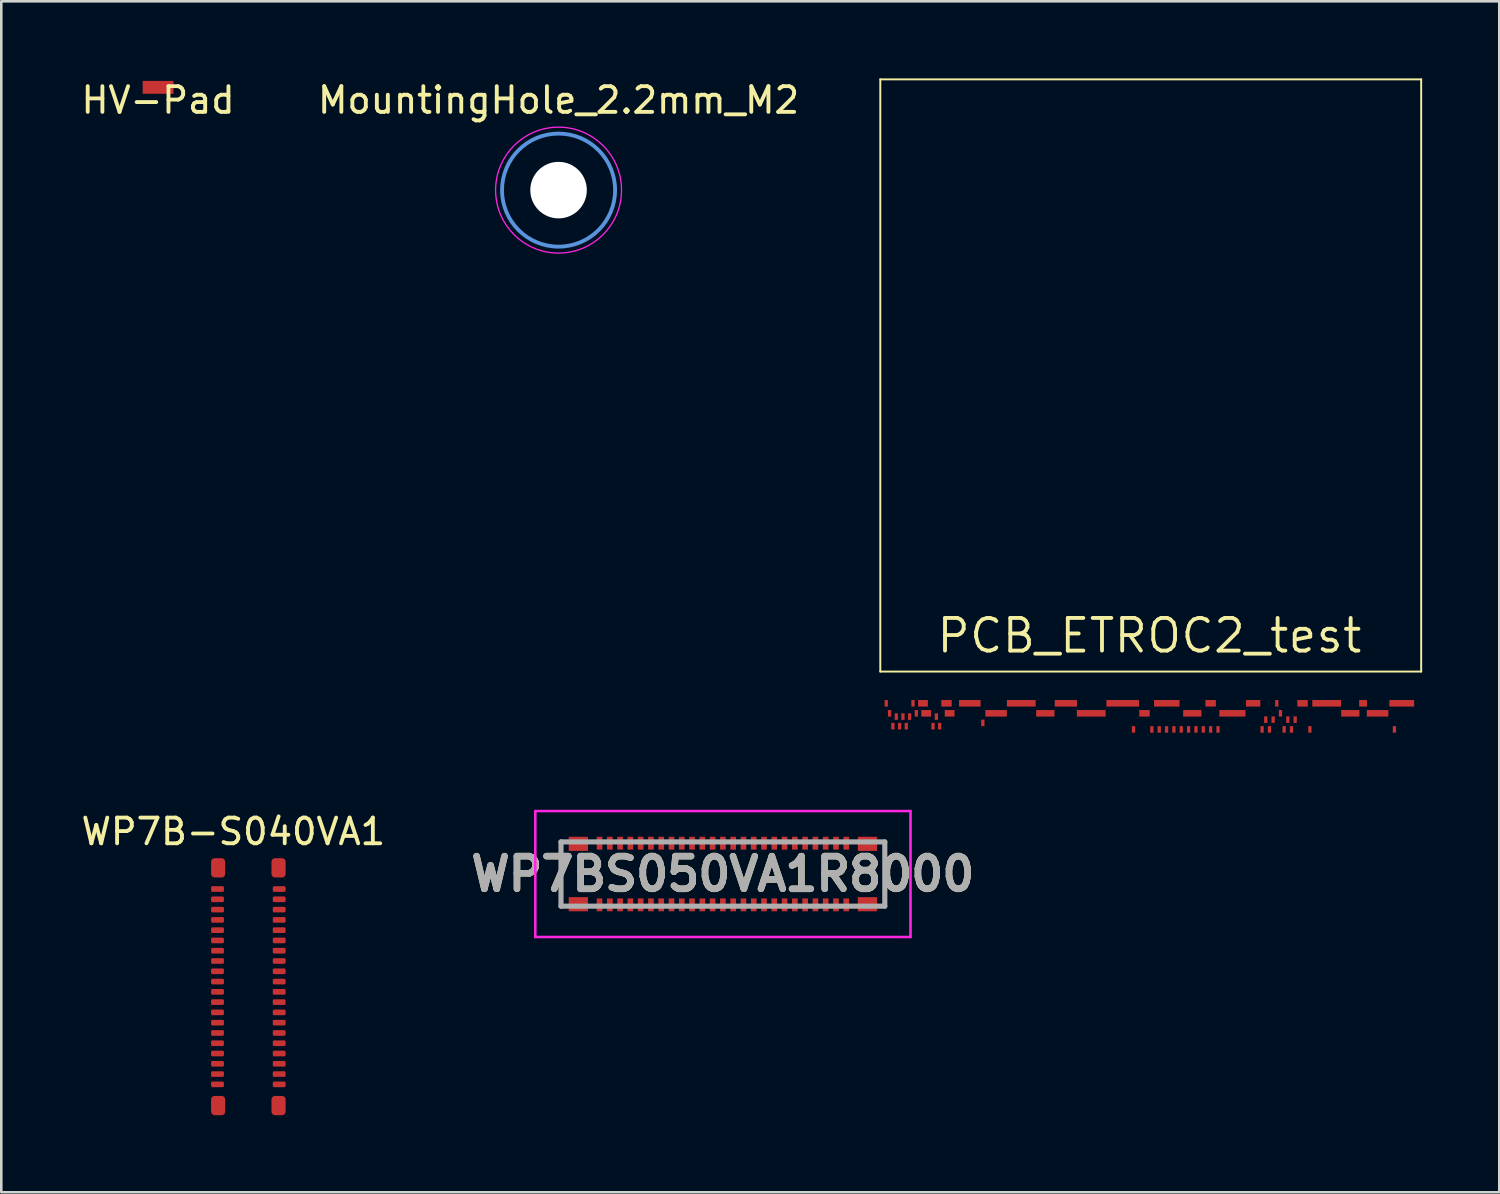
<source format=kicad_pcb>
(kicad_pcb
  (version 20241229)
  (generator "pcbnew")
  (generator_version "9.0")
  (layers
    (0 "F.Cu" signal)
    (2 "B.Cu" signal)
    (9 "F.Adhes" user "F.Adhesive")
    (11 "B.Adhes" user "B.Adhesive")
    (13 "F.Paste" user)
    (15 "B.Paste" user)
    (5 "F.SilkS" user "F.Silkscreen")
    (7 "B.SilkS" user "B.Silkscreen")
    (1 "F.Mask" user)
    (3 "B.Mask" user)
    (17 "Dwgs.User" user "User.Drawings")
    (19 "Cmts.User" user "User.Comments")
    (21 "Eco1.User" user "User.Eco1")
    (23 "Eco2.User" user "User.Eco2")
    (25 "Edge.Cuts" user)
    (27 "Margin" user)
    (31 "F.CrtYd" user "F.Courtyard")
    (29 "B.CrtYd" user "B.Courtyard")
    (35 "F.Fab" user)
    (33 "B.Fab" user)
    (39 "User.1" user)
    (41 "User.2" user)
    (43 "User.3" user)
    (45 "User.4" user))
  (footprint "HV-Pad"
    (layer "F.Cu")
    (at 3.101 0.348)
    (property "Reference" "HV-Pad" (at 0 0.5 180) (layer "F.SilkS") (effects (font (size 1 1) (thickness 0.15))))
    (attr through_hole)
    (pad "1" smd rect (at 0 0) (size 1.2 0.5) (layers "F.Cu" "F.Mask")))
  (footprint "WP7B-S040VA1"
    (layer "F.Cu")
    (at 6.614 31.545)
    (property "Reference" "WP7B-S040VA1" (at -0.584 -2.235 0) (layer "F.SilkS") (effects (font (size 1 1) (thickness 0.15))))
    (attr through_hole)
    (pad "1" smd roundrect (at -1.2 0 180) (size 0.5 0.22) (layers "F.Cu" "F.Mask" "F.Paste") (roundrect_rratio 0.25))
    (pad "2" smd roundrect (at -1.2 0.4 180) (size 0.5 0.22) (layers "F.Cu" "F.Mask" "F.Paste") (roundrect_rratio 0.25))
    (pad "3" smd roundrect (at -1.2 0.8 180) (size 0.5 0.22) (layers "F.Cu" "F.Mask" "F.Paste") (roundrect_rratio 0.25))
    (pad "4" smd roundrect (at -1.2 1.2 180) (size 0.5 0.22) (layers "F.Cu" "F.Mask" "F.Paste") (roundrect_rratio 0.25))
    (pad "5" smd roundrect (at -1.2 1.6 180) (size 0.5 0.22) (layers "F.Cu" "F.Mask" "F.Paste") (roundrect_rratio 0.25))
    (pad "6" smd roundrect (at -1.2 2 180) (size 0.5 0.22) (layers "F.Cu" "F.Mask" "F.Paste") (roundrect_rratio 0.25))
    (pad "7" smd roundrect (at -1.2 2.4 180) (size 0.5 0.22) (layers "F.Cu" "F.Mask" "F.Paste") (roundrect_rratio 0.25))
    (pad "8" smd roundrect (at -1.2 2.8 180) (size 0.5 0.22) (layers "F.Cu" "F.Mask" "F.Paste") (roundrect_rratio 0.25))
    (pad "9" smd roundrect (at -1.2 3.2 180) (size 0.5 0.22) (layers "F.Cu" "F.Mask" "F.Paste") (roundrect_rratio 0.25))
    (pad "10" smd roundrect (at -1.2 3.6 180) (size 0.5 0.22) (layers "F.Cu" "F.Mask" "F.Paste") (roundrect_rratio 0.25))
    (pad "11" smd roundrect (at -1.2 4 180) (size 0.5 0.22) (layers "F.Cu" "F.Mask" "F.Paste") (roundrect_rratio 0.25))
    (pad "12" smd roundrect (at -1.2 4.4 180) (size 0.5 0.22) (layers "F.Cu" "F.Mask" "F.Paste") (roundrect_rratio 0.25))
    (pad "13" smd roundrect (at -1.2 4.8 180) (size 0.5 0.22) (layers "F.Cu" "F.Mask" "F.Paste") (roundrect_rratio 0.25))
    (pad "14" smd roundrect (at -1.2 5.2 180) (size 0.5 0.22) (layers "F.Cu" "F.Mask" "F.Paste") (roundrect_rratio 0.25))
    (pad "15" smd roundrect (at -1.2 5.6 180) (size 0.5 0.22) (layers "F.Cu" "F.Mask" "F.Paste") (roundrect_rratio 0.25))
    (pad "16" smd roundrect (at -1.2 6 180) (size 0.5 0.22) (layers "F.Cu" "F.Mask" "F.Paste") (roundrect_rratio 0.25))
    (pad "17" smd roundrect (at -1.2 6.4 180) (size 0.5 0.22) (layers "F.Cu" "F.Mask" "F.Paste") (roundrect_rratio 0.25))
    (pad "18" smd roundrect (at -1.2 6.8 180) (size 0.5 0.22) (layers "F.Cu" "F.Mask" "F.Paste") (roundrect_rratio 0.25))
    (pad "19" smd roundrect (at -1.2 7.2 180) (size 0.5 0.22) (layers "F.Cu" "F.Mask" "F.Paste") (roundrect_rratio 0.25))
    (pad "20" smd roundrect (at -1.2 7.6 180) (size 0.5 0.22) (layers "F.Cu" "F.Mask" "F.Paste") (roundrect_rratio 0.25))
    (pad "21" smd roundrect (at 1.2 7.6 180) (size 0.5 0.22) (layers "F.Cu" "F.Mask" "F.Paste") (roundrect_rratio 0.25))
    (pad "22" smd roundrect (at 1.2 7.2 180) (size 0.5 0.22) (layers "F.Cu" "F.Mask" "F.Paste") (roundrect_rratio 0.25))
    (pad "23" smd roundrect (at 1.2 6.8 180) (size 0.5 0.22) (layers "F.Cu" "F.Mask" "F.Paste") (roundrect_rratio 0.25))
    (pad "24" smd roundrect (at 1.2 6.4 180) (size 0.5 0.22) (layers "F.Cu" "F.Mask" "F.Paste") (roundrect_rratio 0.25))
    (pad "25" smd roundrect (at 1.2 6 180) (size 0.5 0.22) (layers "F.Cu" "F.Mask" "F.Paste") (roundrect_rratio 0.25))
    (pad "26" smd roundrect (at 1.2 5.6 180) (size 0.5 0.22) (layers "F.Cu" "F.Mask" "F.Paste") (roundrect_rratio 0.25))
    (pad "27" smd roundrect (at 1.2 5.2 180) (size 0.5 0.22) (layers "F.Cu" "F.Mask" "F.Paste") (roundrect_rratio 0.25))
    (pad "28" smd roundrect (at 1.2 4.8 180) (size 0.5 0.22) (layers "F.Cu" "F.Mask" "F.Paste") (roundrect_rratio 0.25))
    (pad "29" smd roundrect (at 1.2 4.4 180) (size 0.5 0.22) (layers "F.Cu" "F.Mask" "F.Paste") (roundrect_rratio 0.25))
    (pad "30" smd roundrect (at 1.2 4 180) (size 0.5 0.22) (layers "F.Cu" "F.Mask" "F.Paste") (roundrect_rratio 0.25))
    (pad "31" smd roundrect (at 1.2 3.6 180) (size 0.5 0.22) (layers "F.Cu" "F.Mask" "F.Paste") (roundrect_rratio 0.25))
    (pad "32" smd roundrect (at 1.2 3.2 180) (size 0.5 0.22) (layers "F.Cu" "F.Mask" "F.Paste") (roundrect_rratio 0.25))
    (pad "33" smd roundrect (at 1.2 2.8 180) (size 0.5 0.22) (layers "F.Cu" "F.Mask" "F.Paste") (roundrect_rratio 0.25))
    (pad "34" smd roundrect (at 1.2 2.4 180) (size 0.5 0.22) (layers "F.Cu" "F.Mask" "F.Paste") (roundrect_rratio 0.25))
    (pad "35" smd roundrect (at 1.2 2 180) (size 0.5 0.22) (layers "F.Cu" "F.Mask" "F.Paste") (roundrect_rratio 0.25))
    (pad "36" smd roundrect (at 1.2 1.6 180) (size 0.5 0.22) (layers "F.Cu" "F.Mask" "F.Paste") (roundrect_rratio 0.25))
    (pad "37" smd roundrect (at 1.2 1.2 180) (size 0.5 0.22) (layers "F.Cu" "F.Mask" "F.Paste") (roundrect_rratio 0.25))
    (pad "38" smd roundrect (at 1.2 0.8 180) (size 0.5 0.22) (layers "F.Cu" "F.Mask" "F.Paste") (roundrect_rratio 0.25))
    (pad "39" smd roundrect (at 1.2 0.4 180) (size 0.5 0.22) (layers "F.Cu" "F.Mask" "F.Paste") (roundrect_rratio 0.25))
    (pad "40" smd roundrect (at 1.2 0 180) (size 0.5 0.22) (layers "F.Cu" "F.Mask" "F.Paste") (roundrect_rratio 0.25))
    (pad "41" smd roundrect (at -1.175 -0.825 90) (size 0.75 0.55) (layers "F.Cu" "F.Mask" "F.Paste") (roundrect_rratio 0.25))
    (pad "42" smd roundrect (at -1.175 8.425 90) (size 0.75 0.55) (layers "F.Cu" "F.Mask" "F.Paste") (roundrect_rratio 0.25))
    (pad "43" smd roundrect (at 1.175 8.425 90) (size 0.75 0.55) (layers "F.Cu" "F.Mask" "F.Paste") (roundrect_rratio 0.25))
    (pad "44" smd roundrect (at 1.175 -0.825 90) (size 0.75 0.55) (layers "F.Cu" "F.Mask" "F.Paste") (roundrect_rratio 0.25)))
  (footprint "MountingHole_2.2mm_M2"
    (layer "F.Cu")
    (at 18.685 4.348)
    (property "Reference" "MountingHole_2.2mm_M2" (at 0 -3.5 0) (layer "F.SilkS") (effects (font (size 1 1) (thickness 0.15))))
    (attr exclude_from_pos_files exclude_from_bom)
    (fp_circle (center 0 0) (end 2.2 0) (stroke (width 0.15) (type solid)) (fill no) (layer "Cmts.User"))
    (fp_circle (center 0 0) (end 2.45 0) (stroke (width 0.05) (type solid)) (fill no) (layer "F.CrtYd"))
    (pad "" np_thru_hole circle (at 0 0) (size 2.2 2.2) (drill 2.2) (layers "*.Cu" "*.Mask")))
  (footprint "PCB_ETROC2_test"
    (layer "F.Cu")
    (at 41.676 21.686)
    (property "Reference" "PCB_ETROC2_test" (at 0 0 180) (layer "F.SilkS") (effects (font (size 1.27 1.27) (thickness 0.15))))
    (attr through_hole)
    (fp_line (start -10.471 -21.648) (end 10.576 -21.648) (stroke (width 0.076) (type solid)) (layer "F.SilkS"))
    (fp_line (start -10.471 1.397) (end -10.471 -21.648) (stroke (width 0.076) (type solid)) (layer "F.SilkS"))
    (fp_line (start 10.576 -21.648) (end 10.576 1.397) (stroke (width 0.076) (type solid)) (layer "F.SilkS"))
    (fp_line (start 10.576 1.397) (end -10.471 1.397) (stroke (width 0.076) (type solid)) (layer "F.SilkS"))
    (pad "1" smd rect (at -6.987 2.632) (size 0.838 0.254) (layers "F.Cu" "F.Mask"))
    (pad "2" smd rect (at -6.481 3.394) (size 0.127 0.254) (layers "F.Cu" "F.Mask"))
    (pad "3" smd rect (at -5.965 3.021) (size 0.838 0.254) (layers "F.Cu" "F.Mask"))
    (pad "4" smd rect (at -4.986 2.632) (size 1.118 0.254) (layers "F.Cu" "F.Mask"))
    (pad "5" smd rect (at -4.05 3.021) (size 0.711 0.254) (layers "F.Cu" "F.Mask"))
    (pad "6" smd rect (at -3.251 2.632) (size 0.864 0.254) (layers "F.Cu" "F.Mask"))
    (pad "7" smd rect (at -2.262 3.021) (size 1.118 0.254) (layers "F.Cu" "F.Mask"))
    (pad "8" smd rect (at -1.038 2.632) (size 1.27 0.254) (layers "F.Cu" "F.Mask"))
    (pad "9" smd rect (at -0.619 3.648) (size 0.127 0.254) (layers "F.Cu" "F.Mask"))
    (pad "10" smd rect (at -0.19 3.021) (size 0.406 0.254) (layers "F.Cu" "F.Mask"))
    (pad "11" smd rect (at 0.096 3.648) (size 0.127 0.254) (layers "F.Cu" "F.Mask"))
    (pad "12" smd rect (at 0.677 2.632) (size 0.991 0.254) (layers "F.Cu" "F.Mask"))
    (pad "13" smd rect (at 0.382 3.648) (size 0.127 0.254) (layers "F.Cu" "F.Mask"))
    (pad "14" smd rect (at 0.668 3.648) (size 0.127 0.254) (layers "F.Cu" "F.Mask"))
    (pad "15" smd rect (at 0.954 3.648) (size 0.127 0.254) (layers "F.Cu" "F.Mask"))
    (pad "16" smd rect (at 1.24 3.648) (size 0.127 0.254) (layers "F.Cu" "F.Mask"))
    (pad "17" smd rect (at 1.669 3.021) (size 0.711 0.254) (layers "F.Cu" "F.Mask"))
    (pad "18" smd rect (at 1.526 3.648) (size 0.127 0.254) (layers "F.Cu" "F.Mask"))
    (pad "19" smd rect (at 1.812 3.648) (size 0.127 0.254) (layers "F.Cu" "F.Mask"))
    (pad "20" smd rect (at 2.098 3.648) (size 0.127 0.254) (layers "F.Cu" "F.Mask"))
    (pad "22" smd rect (at 2.384 2.632) (size 0.406 0.254) (layers "F.Cu" "F.Mask"))
    (pad "22" smd rect (at 2.384 3.648) (size 0.127 0.254) (layers "F.Cu" "F.Mask"))
    (pad "23" smd rect (at 2.67 3.648) (size 0.127 0.254) (layers "F.Cu" "F.Mask"))
    (pad "24" smd rect (at 3.231 3.021) (size 1.016 0.254) (layers "F.Cu" "F.Mask"))
    (pad "25" smd rect (at 4.036 2.632) (size 0.559 0.254) (layers "F.Cu" "F.Mask"))
    (pad "26" smd rect (at 4.386 3.648) (size 0.127 0.254) (layers "F.Cu" "F.Mask"))
    (pad "27" smd rect (at 4.529 3.267) (size 0.127 0.254) (layers "F.Cu" "F.Mask"))
    (pad "28" smd rect (at 4.672 3.648) (size 0.127 0.254) (layers "F.Cu" "F.Mask"))
    (pad "29" smd rect (at 4.815 3.267) (size 0.127 0.254) (layers "F.Cu" "F.Mask"))
    (pad "30" smd rect (at 4.958 2.632) (size 0.127 0.254) (layers "F.Cu" "F.Mask"))
    (pad "31" smd rect (at 5.101 3.021) (size 0.127 0.254) (layers "F.Cu" "F.Mask"))
    (pad "32" smd rect (at 5.244 3.648) (size 0.127 0.254) (layers "F.Cu" "F.Mask"))
    (pad "33" smd rect (at 5.387 3.267) (size 0.127 0.254) (layers "F.Cu" "F.Mask"))
    (pad "34" smd rect (at 5.53 3.648) (size 0.127 0.254) (layers "F.Cu" "F.Mask"))
    (pad "35" smd rect (at 5.673 3.267) (size 0.127 0.254) (layers "F.Cu" "F.Mask"))
    (pad "36" smd rect (at 5.959 2.632) (size 0.406 0.254) (layers "F.Cu" "F.Mask"))
    (pad "37" smd rect (at 6.245 3.648) (size 0.127 0.254) (layers "F.Cu" "F.Mask"))
    (pad "38" smd rect (at 6.898 2.632) (size 1.118 0.254) (layers "F.Cu" "F.Mask"))
    (pad "39" smd rect (at 7.819 3.021) (size 0.711 0.254) (layers "F.Cu" "F.Mask"))
    (pad "40" smd rect (at 8.314 2.632) (size 0.305 0.254) (layers "F.Cu" "F.Mask"))
    (pad "41" smd rect (at 8.88 3.021) (size 0.838 0.254) (layers "F.Cu" "F.Mask"))
    (pad "42" smd rect (at 9.821 2.632) (size 0.965 0.254) (layers "F.Cu" "F.Mask"))
    (pad "43" smd rect (at 9.535 3.648) (size 0.127 0.254) (layers "F.Cu" "F.Mask"))
    (pad "WS1" smd rect (at -10.24 2.632) (size 0.127 0.254) (layers "F.Cu" "F.Mask"))
    (pad "WS2" smd rect (at -10.11 3.021) (size 0.127 0.254) (layers "F.Cu" "F.Mask"))
    (pad "WS3" smd rect (at -9.98 3.521) (size 0.127 0.254) (layers "F.Cu" "F.Mask"))
    (pad "WS4" smd rect (at -9.849 3.148) (size 0.127 0.254) (layers "F.Cu" "F.Mask"))
    (pad "WS5" smd rect (at -9.719 3.521) (size 0.127 0.254) (layers "F.Cu" "F.Mask"))
    (pad "WS6" smd rect (at -9.59 3.148) (size 0.127 0.254) (layers "F.Cu" "F.Mask"))
    (pad "WS7" smd rect (at -9.46 3.521) (size 0.127 0.254) (layers "F.Cu" "F.Mask"))
    (pad "WS8" smd rect (at -9.33 3.148) (size 0.127 0.254) (layers "F.Cu" "F.Mask"))
    (pad "WS9" smd rect (at -9.199 2.632) (size 0.127 0.254) (layers "F.Cu" "F.Mask"))
    (pad "WS10" smd rect (at -9.069 3.021) (size 0.127 0.254) (layers "F.Cu" "F.Mask"))
    (pad "WS11" smd rect (at -8.81 2.632) (size 0.381 0.254) (layers "F.Cu" "F.Mask"))
    (pad "WS12" smd rect (at -8.686 3.021) (size 0.381 0.254) (layers "F.Cu" "F.Mask"))
    (pad "WS13" smd rect (at -8.419 3.521) (size 0.127 0.254) (layers "F.Cu" "F.Mask"))
    (pad "WS14" smd rect (at -8.289 3.148) (size 0.127 0.254) (layers "F.Cu" "F.Mask"))
    (pad "WS15" smd rect (at -8.16 3.521) (size 0.127 0.254) (layers "F.Cu" "F.Mask"))
    (pad "WS16" smd rect (at -7.896 2.632) (size 0.406 0.254) (layers "F.Cu" "F.Mask"))
    (pad "WS17" smd rect (at -7.773 3.021) (size 0.381 0.254) (layers "F.Cu" "F.Mask")))
  (footprint "WP7BS050VA1R8000"
    (layer "F.Cu")
    (at 25.08 30.961)
    (property "Reference" "WP7BS050VA1R8000" (at 0 0 0) (layer "F.SilkS") (effects (font (size 1.27 1.27) (thickness 0.254))))
    (attr smd)
    (fp_line (start -6.3 -1.2) (end -6.3 1.175) (stroke (width 0.1) (type solid)) (layer "F.SilkS"))
    (fp_line (start 6.3 -1.175) (end 6.3 1.25) (stroke (width 0.1) (type solid)) (layer "F.SilkS"))
    (fp_line (start -7.3 -2.45) (end 7.3 -2.45) (stroke (width 0.1) (type solid)) (layer "F.CrtYd"))
    (fp_line (start -7.3 2.45) (end -7.3 -2.45) (stroke (width 0.1) (type solid)) (layer "F.CrtYd"))
    (fp_line (start 7.3 -2.45) (end 7.3 2.45) (stroke (width 0.1) (type solid)) (layer "F.CrtYd"))
    (fp_line (start 7.3 2.45) (end -7.3 2.45) (stroke (width 0.1) (type solid)) (layer "F.CrtYd"))
    (fp_line (start -6.3 -1.25) (end 6.3 -1.25) (stroke (width 0.2) (type solid)) (layer "F.Fab"))
    (fp_line (start -6.3 1.25) (end -6.3 -1.25) (stroke (width 0.2) (type solid)) (layer "F.Fab"))
    (fp_line (start 6.3 -1.25) (end 6.3 1.25) (stroke (width 0.2) (type solid)) (layer "F.Fab"))
    (fp_line (start 6.3 1.25) (end -6.3 1.25) (stroke (width 0.2) (type solid)) (layer "F.Fab"))
    (fp_text user "${REFERENCE}" (at 0 0 0) (layer "F.Fab") (effects (font (size 1.27 1.27) (thickness 0.254))))
    (pad "1" smd rect (at -4.8 1.2 180) (size 0.22 0.5) (layers "F.Cu" "F.Mask" "F.Paste"))
    (pad "2" smd rect (at -4.8 -1.2 180) (size 0.22 0.5) (layers "F.Cu" "F.Mask" "F.Paste"))
    (pad "3" smd rect (at -4.4 1.2 180) (size 0.22 0.5) (layers "F.Cu" "F.Mask" "F.Paste"))
    (pad "4" smd rect (at -4.4 -1.2 180) (size 0.22 0.5) (layers "F.Cu" "F.Mask" "F.Paste"))
    (pad "5" smd rect (at -4 1.2 180) (size 0.22 0.5) (layers "F.Cu" "F.Mask" "F.Paste"))
    (pad "6" smd rect (at -4 -1.2 180) (size 0.22 0.5) (layers "F.Cu" "F.Mask" "F.Paste"))
    (pad "7" smd rect (at -3.6 1.2 180) (size 0.22 0.5) (layers "F.Cu" "F.Mask" "F.Paste"))
    (pad "8" smd rect (at -3.6 -1.2 180) (size 0.22 0.5) (layers "F.Cu" "F.Mask" "F.Paste"))
    (pad "9" smd rect (at -3.2 1.2 180) (size 0.22 0.5) (layers "F.Cu" "F.Mask" "F.Paste"))
    (pad "10" smd rect (at -3.2 -1.2 180) (size 0.22 0.5) (layers "F.Cu" "F.Mask" "F.Paste"))
    (pad "11" smd rect (at -2.8 1.2 180) (size 0.22 0.5) (layers "F.Cu" "F.Mask" "F.Paste"))
    (pad "12" smd rect (at -2.8 -1.2 180) (size 0.22 0.5) (layers "F.Cu" "F.Mask" "F.Paste"))
    (pad "13" smd rect (at -2.4 1.2 180) (size 0.22 0.5) (layers "F.Cu" "F.Mask" "F.Paste"))
    (pad "14" smd rect (at -2.4 -1.2 180) (size 0.22 0.5) (layers "F.Cu" "F.Mask" "F.Paste"))
    (pad "15" smd rect (at -2 1.2 180) (size 0.22 0.5) (layers "F.Cu" "F.Mask" "F.Paste"))
    (pad "16" smd rect (at -2 -1.2 180) (size 0.22 0.5) (layers "F.Cu" "F.Mask" "F.Paste"))
    (pad "17" smd rect (at -1.6 1.2 180) (size 0.22 0.5) (layers "F.Cu" "F.Mask" "F.Paste"))
    (pad "18" smd rect (at -1.6 -1.2 180) (size 0.22 0.5) (layers "F.Cu" "F.Mask" "F.Paste"))
    (pad "19" smd rect (at -1.2 1.2 180) (size 0.22 0.5) (layers "F.Cu" "F.Mask" "F.Paste"))
    (pad "20" smd rect (at -1.2 -1.2 180) (size 0.22 0.5) (layers "F.Cu" "F.Mask" "F.Paste"))
    (pad "21" smd rect (at -0.8 1.2 180) (size 0.22 0.5) (layers "F.Cu" "F.Mask" "F.Paste"))
    (pad "22" smd rect (at -0.8 -1.2 180) (size 0.22 0.5) (layers "F.Cu" "F.Mask" "F.Paste"))
    (pad "23" smd rect (at -0.4 1.2 180) (size 0.22 0.5) (layers "F.Cu" "F.Mask" "F.Paste"))
    (pad "24" smd rect (at -0.4 -1.2 180) (size 0.22 0.5) (layers "F.Cu" "F.Mask" "F.Paste"))
    (pad "25" smd rect (at 0 1.2 180) (size 0.22 0.5) (layers "F.Cu" "F.Mask" "F.Paste"))
    (pad "26" smd rect (at 0 -1.2 180) (size 0.22 0.5) (layers "F.Cu" "F.Mask" "F.Paste"))
    (pad "27" smd rect (at 0.4 1.2 180) (size 0.22 0.5) (layers "F.Cu" "F.Mask" "F.Paste"))
    (pad "28" smd rect (at 0.4 -1.2 180) (size 0.22 0.5) (layers "F.Cu" "F.Mask" "F.Paste"))
    (pad "29" smd rect (at 0.8 1.2 180) (size 0.22 0.5) (layers "F.Cu" "F.Mask" "F.Paste"))
    (pad "30" smd rect (at 0.8 -1.2 180) (size 0.22 0.5) (layers "F.Cu" "F.Mask" "F.Paste"))
    (pad "31" smd rect (at 1.2 1.2 180) (size 0.22 0.5) (layers "F.Cu" "F.Mask" "F.Paste"))
    (pad "32" smd rect (at 1.2 -1.2 180) (size 0.22 0.5) (layers "F.Cu" "F.Mask" "F.Paste"))
    (pad "33" smd rect (at 1.6 1.2 180) (size 0.22 0.5) (layers "F.Cu" "F.Mask" "F.Paste"))
    (pad "34" smd rect (at 1.6 -1.2 180) (size 0.22 0.5) (layers "F.Cu" "F.Mask" "F.Paste"))
    (pad "35" smd rect (at 2 1.2 180) (size 0.22 0.5) (layers "F.Cu" "F.Mask" "F.Paste"))
    (pad "36" smd rect (at 2 -1.2 180) (size 0.22 0.5) (layers "F.Cu" "F.Mask" "F.Paste"))
    (pad "37" smd rect (at 2.4 1.2 180) (size 0.22 0.5) (layers "F.Cu" "F.Mask" "F.Paste"))
    (pad "38" smd rect (at 2.4 -1.2 180) (size 0.22 0.5) (layers "F.Cu" "F.Mask" "F.Paste"))
    (pad "39" smd rect (at 2.8 1.2 180) (size 0.22 0.5) (layers "F.Cu" "F.Mask" "F.Paste"))
    (pad "40" smd rect (at 2.8 -1.2 180) (size 0.22 0.5) (layers "F.Cu" "F.Mask" "F.Paste"))
    (pad "41" smd rect (at 3.2 1.2 180) (size 0.22 0.5) (layers "F.Cu" "F.Mask" "F.Paste"))
    (pad "42" smd rect (at 3.2 -1.2 180) (size 0.22 0.5) (layers "F.Cu" "F.Mask" "F.Paste"))
    (pad "43" smd rect (at 3.6 1.2 180) (size 0.22 0.5) (layers "F.Cu" "F.Mask" "F.Paste"))
    (pad "44" smd rect (at 3.6 -1.2 180) (size 0.22 0.5) (layers "F.Cu" "F.Mask" "F.Paste"))
    (pad "45" smd rect (at 4 1.2 180) (size 0.22 0.5) (layers "F.Cu" "F.Mask" "F.Paste"))
    (pad "46" smd rect (at 4 -1.2 180) (size 0.22 0.5) (layers "F.Cu" "F.Mask" "F.Paste"))
    (pad "47" smd rect (at 4.4 1.2 180) (size 0.22 0.5) (layers "F.Cu" "F.Mask" "F.Paste"))
    (pad "48" smd rect (at 4.4 -1.2 180) (size 0.22 0.5) (layers "F.Cu" "F.Mask" "F.Paste"))
    (pad "49" smd rect (at 4.8 1.2 180) (size 0.22 0.5) (layers "F.Cu" "F.Mask" "F.Paste"))
    (pad "50" smd rect (at 4.8 -1.2 180) (size 0.22 0.5) (layers "F.Cu" "F.Mask" "F.Paste"))
    (pad "MP1" smd rect (at -5.625 1.175 270) (size 0.55 0.75) (layers "F.Cu" "F.Mask" "F.Paste"))
    (pad "MP2" smd rect (at -5.625 -1.175 270) (size 0.55 0.75) (layers "F.Cu" "F.Mask" "F.Paste"))
    (pad "MP3" smd rect (at 5.625 1.175 270) (size 0.55 0.75) (layers "F.Cu" "F.Mask" "F.Paste"))
    (pad "MP4" smd rect (at 5.625 -1.175 270) (size 0.55 0.75) (layers "F.Cu" "F.Mask" "F.Paste")))
  (gr_rect
    (start -3 -3)
    (end 55.29 43.345)
    (stroke (width 0.1) (type default))
    (fill no)
    (layer "Edge.Cuts")))
</source>
